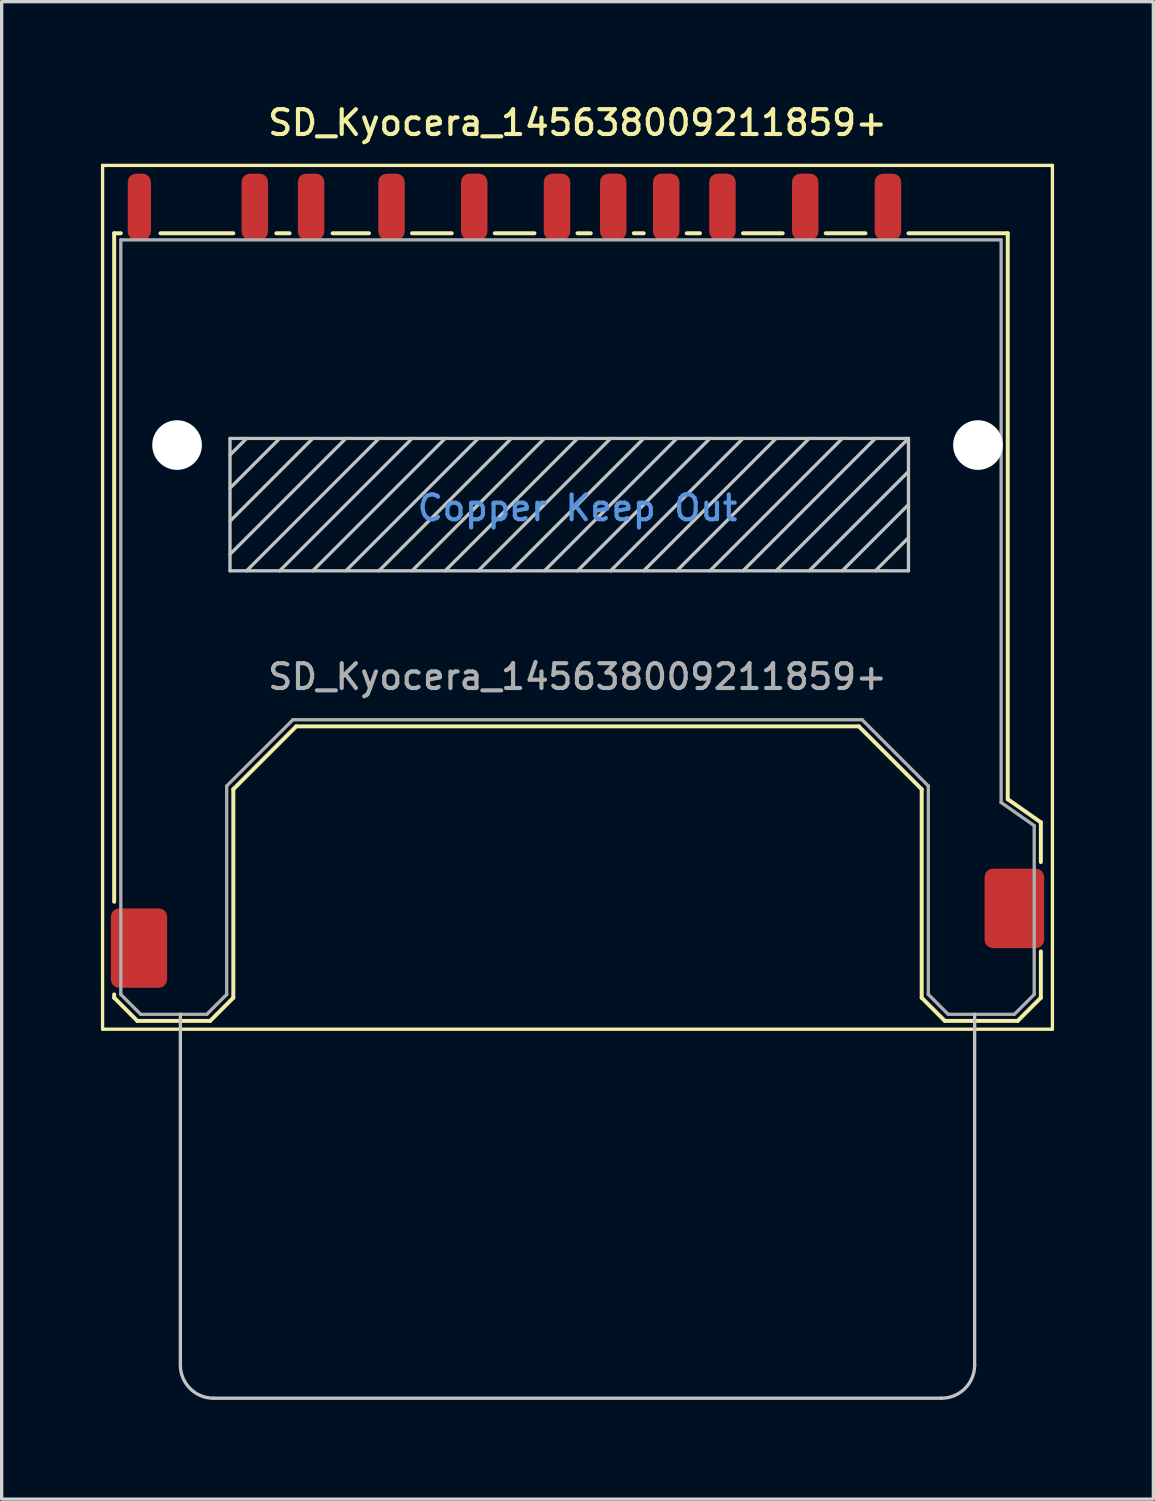
<source format=kicad_pcb>
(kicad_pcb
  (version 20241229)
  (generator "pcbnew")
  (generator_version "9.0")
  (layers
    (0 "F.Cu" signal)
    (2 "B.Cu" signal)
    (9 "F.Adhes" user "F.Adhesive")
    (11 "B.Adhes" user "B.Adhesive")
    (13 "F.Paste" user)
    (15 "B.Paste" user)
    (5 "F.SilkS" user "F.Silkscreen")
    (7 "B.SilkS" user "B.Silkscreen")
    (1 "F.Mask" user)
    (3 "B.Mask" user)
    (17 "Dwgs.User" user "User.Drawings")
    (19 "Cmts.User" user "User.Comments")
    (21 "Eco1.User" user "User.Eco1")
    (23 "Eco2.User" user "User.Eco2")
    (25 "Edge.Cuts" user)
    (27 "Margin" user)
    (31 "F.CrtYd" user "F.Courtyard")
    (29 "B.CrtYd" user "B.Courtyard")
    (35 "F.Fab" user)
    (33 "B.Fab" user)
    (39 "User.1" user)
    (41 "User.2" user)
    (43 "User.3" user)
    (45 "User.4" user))
  (footprint "SD_Kyocera_145638009211859+"
    (layer "F.Cu")
    (at 14.4 15.698)
    (property "Reference" "SD_Kyocera_145638009211859+" (at 0 -15.04 180) (layer "F.SilkS") (effects (font (size 0.75 0.75) (thickness 0.125))))
    (attr smd)
    (fp_line (start -14.35 -13.75) (end 14.35 -13.75) (stroke (width 0.1) (type solid)) (layer "F.SilkS"))
    (fp_line (start -14.35 12.35) (end -14.35 -13.75) (stroke (width 0.1) (type solid)) (layer "F.SilkS"))
    (fp_line (start -14 -11.7) (end -14 8.5) (stroke (width 0.12) (type solid)) (layer "F.SilkS"))
    (fp_line (start -14 11.3) (end -14 11.4) (stroke (width 0.12) (type solid)) (layer "F.SilkS"))
    (fp_line (start -13.8 -11.7) (end -14 -11.7) (stroke (width 0.12) (type solid)) (layer "F.SilkS"))
    (fp_line (start -13.3 12.1) (end -14 11.4) (stroke (width 0.12) (type solid)) (layer "F.SilkS"))
    (fp_line (start -13.3 12.1) (end -11.1 12.1) (stroke (width 0.12) (type solid)) (layer "F.SilkS"))
    (fp_line (start -10.4 -11.7) (end -12.6 -11.7) (stroke (width 0.12) (type solid)) (layer "F.SilkS"))
    (fp_line (start -10.4 11.4) (end -11.1 12.1) (stroke (width 0.12) (type solid)) (layer "F.SilkS"))
    (fp_line (start -10.4 11.4) (end -10.4 5.1) (stroke (width 0.12) (type solid)) (layer "F.SilkS"))
    (fp_line (start -8.7 -11.7) (end -9.1 -11.7) (stroke (width 0.12) (type solid)) (layer "F.SilkS"))
    (fp_line (start -8.5 3.2) (end -10.4 5.1) (stroke (width 0.12) (type solid)) (layer "F.SilkS"))
    (fp_line (start -8.5 3.2) (end 8.5 3.2) (stroke (width 0.12) (type solid)) (layer "F.SilkS"))
    (fp_line (start -6.3 -11.7) (end -7.4 -11.7) (stroke (width 0.12) (type solid)) (layer "F.SilkS"))
    (fp_line (start -3.8 -11.7) (end -5 -11.7) (stroke (width 0.12) (type solid)) (layer "F.SilkS"))
    (fp_line (start -1.3 -11.7) (end -2.5 -11.7) (stroke (width 0.12) (type solid)) (layer "F.SilkS"))
    (fp_line (start 0.4 -11.7) (end 0 -11.7) (stroke (width 0.12) (type solid)) (layer "F.SilkS"))
    (fp_line (start 2 -11.7) (end 1.7 -11.7) (stroke (width 0.12) (type solid)) (layer "F.SilkS"))
    (fp_line (start 3.7 -11.7) (end 3.3 -11.7) (stroke (width 0.12) (type solid)) (layer "F.SilkS"))
    (fp_line (start 6.2 -11.7) (end 5 -11.7) (stroke (width 0.12) (type solid)) (layer "F.SilkS"))
    (fp_line (start 8.5 3.2) (end 10.4 5.1) (stroke (width 0.12) (type solid)) (layer "F.SilkS"))
    (fp_line (start 8.7 -11.7) (end 7.5 -11.7) (stroke (width 0.12) (type solid)) (layer "F.SilkS"))
    (fp_line (start 10.4 11.4) (end 10.4 5.1) (stroke (width 0.12) (type solid)) (layer "F.SilkS"))
    (fp_line (start 10.4 11.4) (end 11.1 12.1) (stroke (width 0.12) (type solid)) (layer "F.SilkS"))
    (fp_line (start 13 -11.7) (end 10 -11.7) (stroke (width 0.12) (type solid)) (layer "F.SilkS"))
    (fp_line (start 13 5.4) (end 13 -11.7) (stroke (width 0.12) (type solid)) (layer "F.SilkS"))
    (fp_line (start 13.3 12.1) (end 11.1 12.1) (stroke (width 0.12) (type solid)) (layer "F.SilkS"))
    (fp_line (start 13.3 12.1) (end 14 11.4) (stroke (width 0.12) (type solid)) (layer "F.SilkS"))
    (fp_line (start 14 6.1) (end 13 5.4) (stroke (width 0.12) (type solid)) (layer "F.SilkS"))
    (fp_line (start 14 6.1) (end 14 7.3) (stroke (width 0.12) (type solid)) (layer "F.SilkS"))
    (fp_line (start 14 10) (end 14 11.4) (stroke (width 0.12) (type solid)) (layer "F.SilkS"))
    (fp_line (start 14.35 -13.75) (end 14.35 12.35) (stroke (width 0.1) (type solid)) (layer "F.SilkS"))
    (fp_line (start 14.35 12.35) (end -14.35 12.35) (stroke (width 0.1) (type solid)) (layer "F.SilkS"))
    (fp_line (start -12 11.9) (end -12 22.5) (stroke (width 0.1) (type solid)) (layer "Dwgs.User"))
    (fp_line (start -11 23.5) (end 11 23.5) (stroke (width 0.1) (type solid)) (layer "Dwgs.User"))
    (fp_line (start -10.5 -5.5) (end 10 -5.5) (stroke (width 0.1) (type solid)) (layer "Dwgs.User"))
    (fp_line (start -10.5 -1.5) (end -10.5 -5.5) (stroke (width 0.1) (type solid)) (layer "Dwgs.User"))
    (fp_line (start -10 -5.5) (end -10.5 -5) (stroke (width 0.1) (type solid)) (layer "Dwgs.User"))
    (fp_line (start -9 -5.5) (end -10.5 -4) (stroke (width 0.1) (type solid)) (layer "Dwgs.User"))
    (fp_line (start -8 -5.5) (end -10.5 -3) (stroke (width 0.1) (type solid)) (layer "Dwgs.User"))
    (fp_line (start -7 -5.5) (end -10.5 -2) (stroke (width 0.1) (type solid)) (layer "Dwgs.User"))
    (fp_line (start -6 -5.5) (end -10 -1.5) (stroke (width 0.1) (type solid)) (layer "Dwgs.User"))
    (fp_line (start -5 -5.5) (end -9 -1.5) (stroke (width 0.1) (type solid)) (layer "Dwgs.User"))
    (fp_line (start -4 -5.5) (end -8 -1.5) (stroke (width 0.1) (type solid)) (layer "Dwgs.User"))
    (fp_line (start -3 -5.5) (end -7 -1.5) (stroke (width 0.1) (type solid)) (layer "Dwgs.User"))
    (fp_line (start -2 -5.5) (end -6 -1.5) (stroke (width 0.1) (type solid)) (layer "Dwgs.User"))
    (fp_line (start -1 -5.5) (end -5 -1.5) (stroke (width 0.1) (type solid)) (layer "Dwgs.User"))
    (fp_line (start 0 -5.5) (end -4 -1.5) (stroke (width 0.1) (type solid)) (layer "Dwgs.User"))
    (fp_line (start 1 -5.5) (end -3 -1.5) (stroke (width 0.1) (type solid)) (layer "Dwgs.User"))
    (fp_line (start 2 -5.5) (end -2 -1.5) (stroke (width 0.1) (type solid)) (layer "Dwgs.User"))
    (fp_line (start 3 -5.5) (end -1 -1.5) (stroke (width 0.1) (type solid)) (layer "Dwgs.User"))
    (fp_line (start 4 -5.5) (end 0 -1.5) (stroke (width 0.1) (type solid)) (layer "Dwgs.User"))
    (fp_line (start 5 -5.5) (end 1 -1.5) (stroke (width 0.1) (type solid)) (layer "Dwgs.User"))
    (fp_line (start 6 -5.5) (end 2 -1.5) (stroke (width 0.1) (type solid)) (layer "Dwgs.User"))
    (fp_line (start 7 -5.5) (end 3 -1.5) (stroke (width 0.1) (type solid)) (layer "Dwgs.User"))
    (fp_line (start 8 -5.5) (end 4 -1.5) (stroke (width 0.1) (type solid)) (layer "Dwgs.User"))
    (fp_line (start 9 -5.5) (end 5 -1.5) (stroke (width 0.1) (type solid)) (layer "Dwgs.User"))
    (fp_line (start 10 -5.5) (end 6 -1.5) (stroke (width 0.1) (type solid)) (layer "Dwgs.User"))
    (fp_line (start 10 -5.5) (end 10 -1.5) (stroke (width 0.1) (type solid)) (layer "Dwgs.User"))
    (fp_line (start 10 -4.5) (end 7 -1.5) (stroke (width 0.1) (type solid)) (layer "Dwgs.User"))
    (fp_line (start 10 -3.5) (end 8 -1.5) (stroke (width 0.1) (type solid)) (layer "Dwgs.User"))
    (fp_line (start 10 -2.5) (end 9 -1.5) (stroke (width 0.1) (type solid)) (layer "Dwgs.User"))
    (fp_line (start 10 -1.5) (end -10.5 -1.5) (stroke (width 0.1) (type solid)) (layer "Dwgs.User"))
    (fp_line (start 12 22.5) (end 12 11.9) (stroke (width 0.1) (type solid)) (layer "Dwgs.User"))
    (fp_arc (start -11 23.5) (mid -11.707107 23.207107) (end -12 22.5) (stroke (width 0.1) (type solid)) (layer "Dwgs.User"))
    (fp_arc (start 12 22.5) (mid 11.707107 23.207107) (end 11 23.5) (stroke (width 0.1) (type solid)) (layer "Dwgs.User"))
    (fp_line (start -13.8 -11.5) (end -13.8 11.3) (stroke (width 0.1) (type solid)) (layer "F.Fab"))
    (fp_line (start -13.2 11.9) (end -13.8 11.3) (stroke (width 0.1) (type solid)) (layer "F.Fab"))
    (fp_line (start -13.2 11.9) (end -11.2 11.9) (stroke (width 0.1) (type solid)) (layer "F.Fab"))
    (fp_line (start -10.6 11.3) (end -11.2 11.9) (stroke (width 0.1) (type solid)) (layer "F.Fab"))
    (fp_line (start -10.6 11.3) (end -10.6 5) (stroke (width 0.1) (type solid)) (layer "F.Fab"))
    (fp_line (start -8.6 3) (end -10.6 5) (stroke (width 0.1) (type solid)) (layer "F.Fab"))
    (fp_line (start -8.6 3) (end 8.6 3) (stroke (width 0.1) (type solid)) (layer "F.Fab"))
    (fp_line (start 10.6 5) (end 8.6 3) (stroke (width 0.1) (type solid)) (layer "F.Fab"))
    (fp_line (start 10.6 5) (end 10.6 11.3) (stroke (width 0.1) (type solid)) (layer "F.Fab"))
    (fp_line (start 11.2 11.9) (end 10.6 11.3) (stroke (width 0.1) (type solid)) (layer "F.Fab"))
    (fp_line (start 11.2 11.9) (end 13.2 11.9) (stroke (width 0.1) (type solid)) (layer "F.Fab"))
    (fp_line (start 12.8 -11.5) (end -13.8 -11.5) (stroke (width 0.1) (type solid)) (layer "F.Fab"))
    (fp_line (start 12.8 5.5) (end 12.8 -11.5) (stroke (width 0.1) (type solid)) (layer "F.Fab"))
    (fp_line (start 13.8 6.2) (end 12.8 5.5) (stroke (width 0.1) (type solid)) (layer "F.Fab"))
    (fp_line (start 13.8 11.3) (end 13.2 11.9) (stroke (width 0.1) (type solid)) (layer "F.Fab"))
    (fp_line (start 13.8 11.3) (end 13.8 6.2) (stroke (width 0.1) (type solid)) (layer "F.Fab"))
    (fp_text user "Copper Keep Out" (at 0 -3.4 180) (layer "Cmts.User") (effects (font (size 0.75 0.75) (thickness 0.125))))
    (fp_text user "${REFERENCE}" (at 0 1.7 180) (layer "F.Fab") (effects (font (size 0.75 0.75) (thickness 0.125))))
    (pad "" np_thru_hole circle (at -12.1 -5.3 180) (size 1.5 1.5) (drill 1.5) (layers "*.Cu" "*.Mask"))
    (pad "" np_thru_hole circle (at 12.1 -5.3 180) (size 1.5 1.5) (drill 1.5) (layers "*.Cu" "*.Mask"))
    (pad "1" smd roundrect (at 6.88 -12.5) (size 0.8 2) (layers "F.Cu" "F.Mask" "F.Paste") (roundrect_rratio 0.313))
    (pad "2" smd roundrect (at 4.38 -12.5) (size 0.8 2) (layers "F.Cu" "F.Mask" "F.Paste") (roundrect_rratio 0.313))
    (pad "3" smd roundrect (at 1.08 -12.5) (size 0.8 2) (layers "F.Cu" "F.Mask" "F.Paste") (roundrect_rratio 0.313))
    (pad "4" smd roundrect (at -0.62 -12.5) (size 0.8 2) (layers "F.Cu" "F.Mask" "F.Paste") (roundrect_rratio 0.313))
    (pad "5" smd roundrect (at -3.12 -12.5) (size 0.8 2) (layers "F.Cu" "F.Mask" "F.Paste") (roundrect_rratio 0.313))
    (pad "6" smd roundrect (at -5.62 -12.5) (size 0.8 2) (layers "F.Cu" "F.Mask" "F.Paste") (roundrect_rratio 0.313))
    (pad "7" smd roundrect (at -8.05 -12.5) (size 0.8 2) (layers "F.Cu" "F.Mask" "F.Paste") (roundrect_rratio 0.313))
    (pad "8" smd roundrect (at -9.75 -12.5) (size 0.8 2) (layers "F.Cu" "F.Mask" "F.Paste") (roundrect_rratio 0.313))
    (pad "9" smd roundrect (at 9.38 -12.5) (size 0.8 2) (layers "F.Cu" "F.Mask" "F.Paste") (roundrect_rratio 0.313))
    (pad "10" smd roundrect (at 2.68 -12.5) (size 0.8 2) (layers "F.Cu" "F.Mask" "F.Paste") (roundrect_rratio 0.313))
    (pad "11" smd roundrect (at -13.24 -12.5) (size 0.7 2) (layers "F.Cu" "F.Mask" "F.Paste") (roundrect_rratio 0.357))
    (pad "12" smd roundrect (at 13.2 8.7) (size 1.8 2.4) (layers "F.Cu" "F.Mask" "F.Paste") (roundrect_rratio 0.139))
    (pad "13" smd roundrect (at -13.25 9.9) (size 1.7 2.4) (layers "F.Cu" "F.Mask" "F.Paste") (roundrect_rratio 0.147)))
  (gr_rect
    (start -3 -3)
    (end 31.8 42.248)
    (stroke (width 0.1) (type default))
    (fill no)
    (layer "Edge.Cuts")))
</source>
